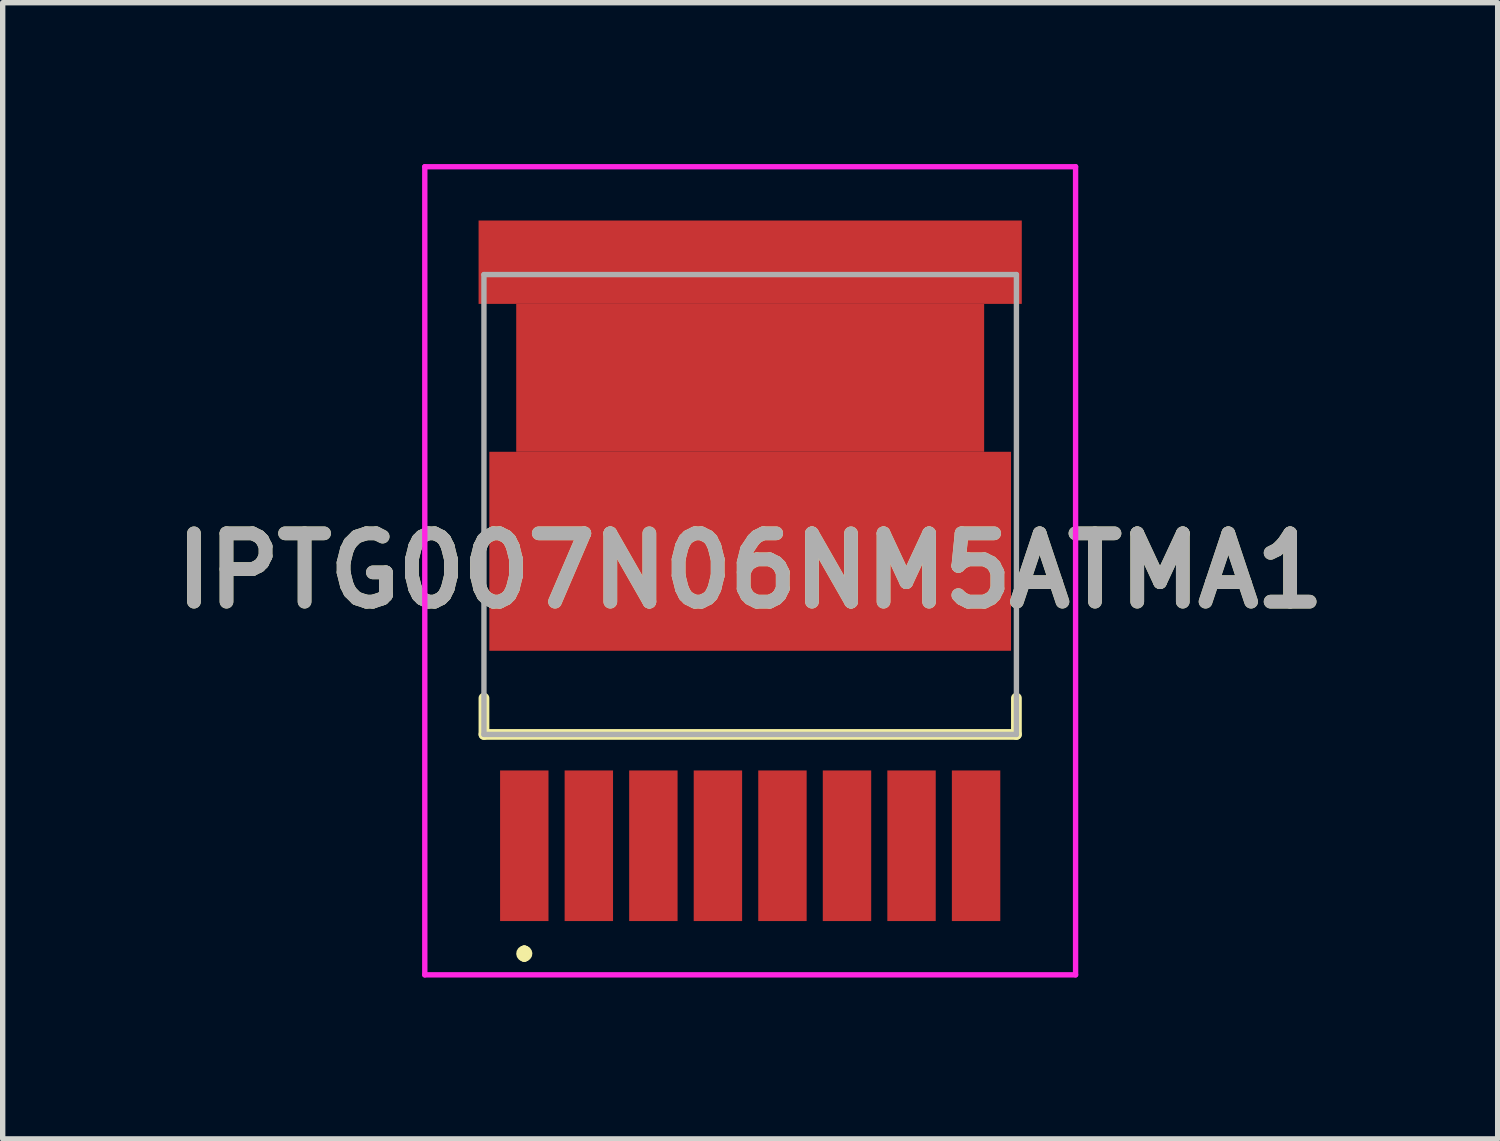
<source format=kicad_pcb>
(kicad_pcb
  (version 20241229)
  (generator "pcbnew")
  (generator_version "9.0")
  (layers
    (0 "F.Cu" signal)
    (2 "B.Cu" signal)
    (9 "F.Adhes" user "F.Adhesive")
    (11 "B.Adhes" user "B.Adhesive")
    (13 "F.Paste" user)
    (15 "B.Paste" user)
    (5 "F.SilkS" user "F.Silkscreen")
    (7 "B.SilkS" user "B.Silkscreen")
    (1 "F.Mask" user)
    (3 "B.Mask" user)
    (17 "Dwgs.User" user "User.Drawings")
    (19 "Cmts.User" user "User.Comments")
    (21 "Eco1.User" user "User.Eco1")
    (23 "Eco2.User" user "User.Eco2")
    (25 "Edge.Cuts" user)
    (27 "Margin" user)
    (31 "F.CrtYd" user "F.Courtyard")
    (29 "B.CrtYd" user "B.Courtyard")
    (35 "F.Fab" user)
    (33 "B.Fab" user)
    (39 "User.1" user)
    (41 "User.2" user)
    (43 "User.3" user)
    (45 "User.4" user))
  (footprint "IPTG007N06NM5ATMA1"
    (layer "F.Cu")
    (at 10.898 6.33)
    (property "Reference" "IPTG007N06NM5ATMA1" (at 0 1.232 0) (layer "F.SilkS") (effects (font (size 1.27 1.27) (thickness 0.254))))
    (attr smd)
    (fp_line (start -4.95 3.6) (end -4.95 4.275) (stroke (width 0.2) (type solid)) (layer "F.SilkS"))
    (fp_line (start -4.95 4.275) (end 4.95 4.275) (stroke (width 0.2) (type solid)) (layer "F.SilkS"))
    (fp_line (start -4.2 8.3) (end -4.2 8.3) (stroke (width 0.2) (type solid)) (layer "F.SilkS"))
    (fp_line (start -4.2 8.3) (end -4.2 8.4) (stroke (width 0.2) (type solid)) (layer "F.SilkS"))
    (fp_line (start -4.2 8.4) (end -4.2 8.4) (stroke (width 0.2) (type solid)) (layer "F.SilkS"))
    (fp_line (start 4.95 4.275) (end 4.95 3.6) (stroke (width 0.2) (type solid)) (layer "F.SilkS"))
    (fp_arc (start -4.2 8.3) (mid -4.15 8.35) (end -4.2 8.4) (stroke (width 0.2) (type solid)) (layer "F.SilkS"))
    (fp_arc (start -4.2 8.4) (mid -4.25 8.35) (end -4.2 8.3) (stroke (width 0.2) (type solid)) (layer "F.SilkS"))
    (fp_line (start -6.05 -6.28) (end 6.05 -6.28) (stroke (width 0.1) (type solid)) (layer "F.CrtYd"))
    (fp_line (start -6.05 8.745) (end -6.05 -6.28) (stroke (width 0.1) (type solid)) (layer "F.CrtYd"))
    (fp_line (start 6.05 -6.28) (end 6.05 8.745) (stroke (width 0.1) (type solid)) (layer "F.CrtYd"))
    (fp_line (start 6.05 8.745) (end -6.05 8.745) (stroke (width 0.1) (type solid)) (layer "F.CrtYd"))
    (fp_line (start -4.95 -4.275) (end 4.95 -4.275) (stroke (width 0.1) (type solid)) (layer "F.Fab"))
    (fp_line (start -4.95 4.275) (end -4.95 -4.275) (stroke (width 0.1) (type solid)) (layer "F.Fab"))
    (fp_line (start 4.95 -4.275) (end 4.95 4.275) (stroke (width 0.1) (type solid)) (layer "F.Fab"))
    (fp_line (start 4.95 4.275) (end -4.95 4.275) (stroke (width 0.1) (type solid)) (layer "F.Fab"))
    (fp_text user "${REFERENCE}" (at 0 1.232 0) (layer "F.Fab") (effects (font (size 1.27 1.27) (thickness 0.254))))
    (pad "1" smd rect (at -4.2 6.345) (size 0.9 2.8) (layers "F.Cu" "F.Mask" "F.Paste"))
    (pad "2" smd rect (at -3 6.345) (size 0.9 2.8) (layers "F.Cu" "F.Mask" "F.Paste"))
    (pad "3" smd rect (at -1.8 6.345) (size 0.9 2.8) (layers "F.Cu" "F.Mask" "F.Paste"))
    (pad "4" smd rect (at -0.6 6.345) (size 0.9 2.8) (layers "F.Cu" "F.Mask" "F.Paste"))
    (pad "5" smd rect (at 0.6 6.345) (size 0.9 2.8) (layers "F.Cu" "F.Mask" "F.Paste"))
    (pad "6" smd rect (at 1.8 6.345) (size 0.9 2.8) (layers "F.Cu" "F.Mask" "F.Paste"))
    (pad "7" smd rect (at 3 6.345) (size 0.9 2.8) (layers "F.Cu" "F.Mask" "F.Paste"))
    (pad "8" smd rect (at 4.2 6.345) (size 0.9 2.8) (layers "F.Cu" "F.Mask" "F.Paste"))
    (pad "9" smd rect (at 0 -4.505 90) (size 1.55 10.1) (layers "F.Cu" "F.Mask" "F.Paste"))
    (pad "10" smd rect (at 0 -2.355 90) (size 2.75 8.7) (layers "F.Cu" "F.Mask" "F.Paste"))
    (pad "11" smd rect (at 0 0.87 90) (size 3.7 9.7) (layers "F.Cu" "F.Mask" "F.Paste")))
  (gr_rect
    (start -3 -3)
    (end 24.796 18.125)
    (stroke (width 0.1) (type default))
    (fill no)
    (layer "Edge.Cuts")))
</source>
